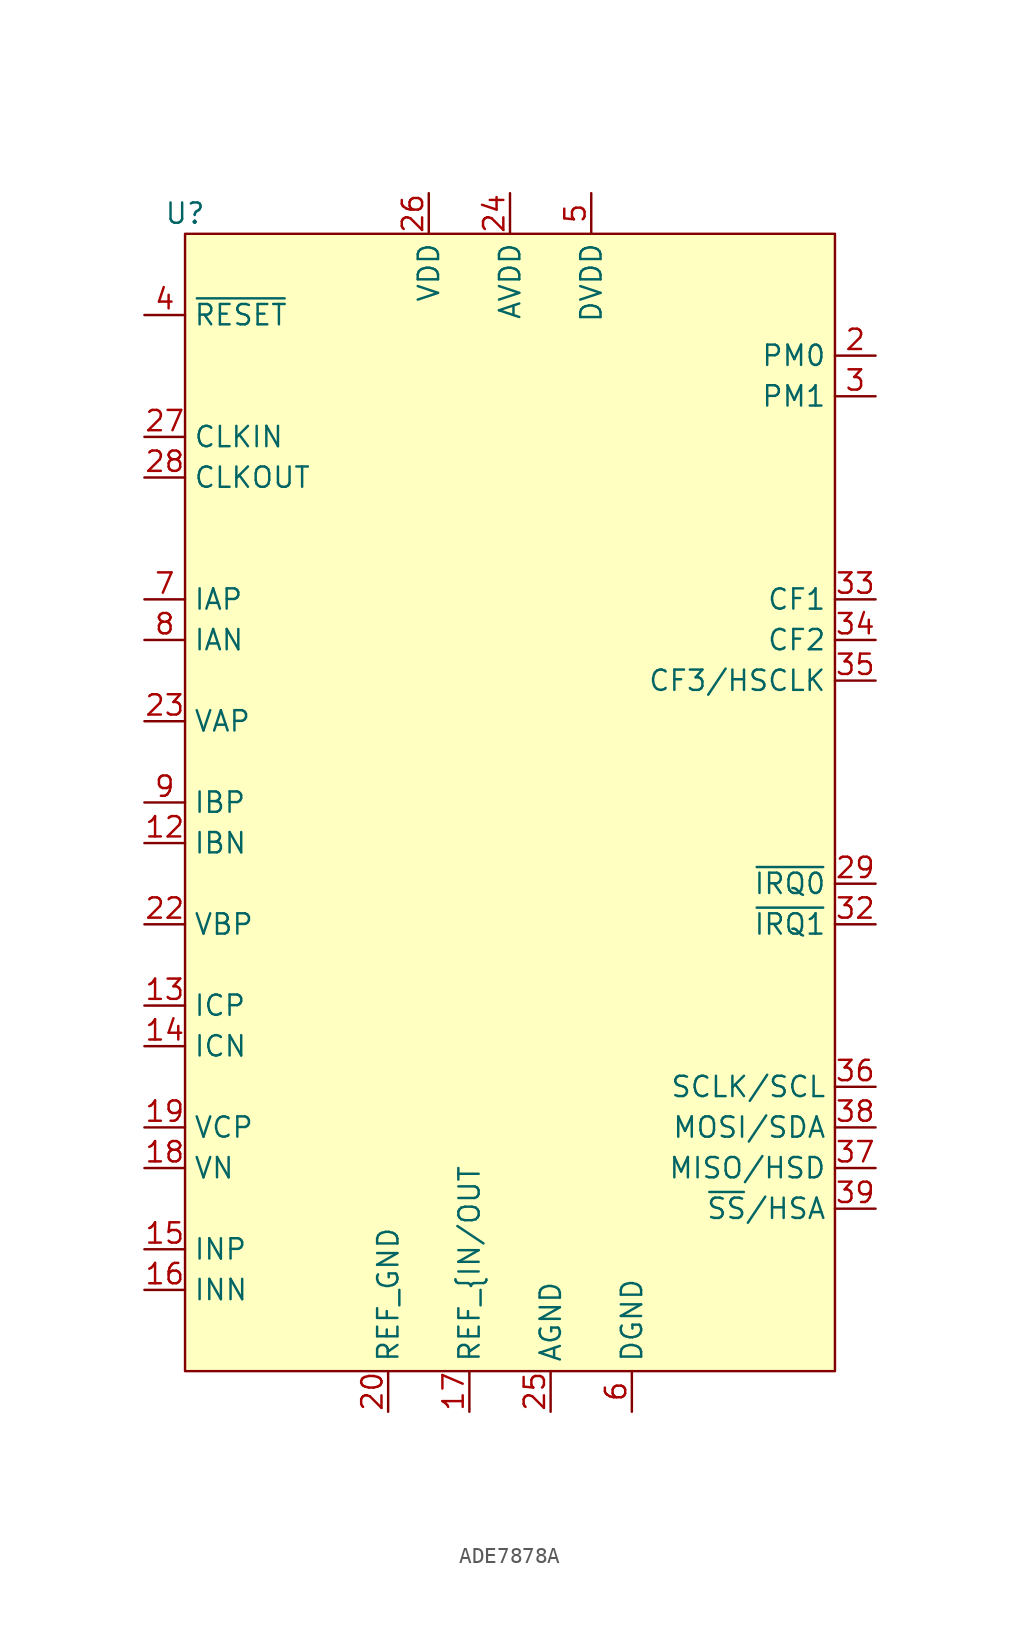
<source format=kicad_sym>
(kicad_symbol_lib
  (version 20220914)
  (generator kicad_symbol_editor)
  (symbol "ADE7878A"
    (property "Reference" "U"
      (at -20.32 39.37 0)
      (effects (font (size 1.27 1.27))))
    (property "Value" ""
      (at 0 11.43 0)
      (effects (font (size 1.27 1.27))))
    (symbol "ADE7878A_0_1"
      (rectangle (start -20.32 38.1) (end 20.32 -33.02) (stroke (width 0) (type default)) (fill (type background))))
    (symbol "ADE7878A_1_1"
      (pin input line (at 2.54 -35.56 90) (length 2.54) hide (name "NC" (effects (font (size 1.27 1.27)))) (number "1" (effects (font (size 1.27 1.27)))))
      (pin input line (at 2.54 -35.56 90) (length 2.54) hide (name "NC" (effects (font (size 1.27 1.27)))) (number "10" (effects (font (size 1.27 1.27)))))
      (pin input line (at 2.54 -35.56 90) (length 2.54) hide (name "NC" (effects (font (size 1.27 1.27)))) (number "11" (effects (font (size 1.27 1.27)))))
      (pin input line (at -22.86 0 0) (length 2.54) (name "IBN" (effects (font (size 1.27 1.27)))) (number "12" (effects (font (size 1.27 1.27)))))
      (pin input line (at -22.86 -10.16 0) (length 2.54) (name "ICP" (effects (font (size 1.27 1.27)))) (number "13" (effects (font (size 1.27 1.27)))))
      (pin input line (at -22.86 -12.7 0) (length 2.54) (name "ICN" (effects (font (size 1.27 1.27)))) (number "14" (effects (font (size 1.27 1.27)))))
      (pin input line (at -22.86 -25.4 0) (length 2.54) (name "INP" (effects (font (size 1.27 1.27)))) (number "15" (effects (font (size 1.27 1.27)))))
      (pin input line (at -22.86 -27.94 0) (length 2.54) (name "INN" (effects (font (size 1.27 1.27)))) (number "16" (effects (font (size 1.27 1.27)))))
      (pin input line (at -2.54 -35.56 90) (length 2.54) (name "REF_{IN/OUT" (effects (font (size 1.27 1.27)))) (number "17" (effects (font (size 1.27 1.27)))))
      (pin input line (at -22.86 -20.32 0) (length 2.54) (name "VN" (effects (font (size 1.27 1.27)))) (number "18" (effects (font (size 1.27 1.27)))))
      (pin input line (at -22.86 -17.78 0) (length 2.54) (name "VCP" (effects (font (size 1.27 1.27)))) (number "19" (effects (font (size 1.27 1.27)))))
      (pin input line (at 22.86 30.48 180) (length 2.54) (name "PM0" (effects (font (size 1.27 1.27)))) (number "2" (effects (font (size 1.27 1.27)))))
      (pin input line (at -7.62 -35.56 90) (length 2.54) (name "REF_GND" (effects (font (size 1.27 1.27)))) (number "20" (effects (font (size 1.27 1.27)))))
      (pin input line (at 2.54 -35.56 90) (length 2.54) hide (name "NC" (effects (font (size 1.27 1.27)))) (number "21" (effects (font (size 1.27 1.27)))))
      (pin input line (at -22.86 -5.08 0) (length 2.54) (name "VBP" (effects (font (size 1.27 1.27)))) (number "22" (effects (font (size 1.27 1.27)))))
      (pin input line (at -22.86 7.62 0) (length 2.54) (name "VAP" (effects (font (size 1.27 1.27)))) (number "23" (effects (font (size 1.27 1.27)))))
      (pin input line (at 0 40.64 270) (length 2.54) (name "AVDD" (effects (font (size 1.27 1.27)))) (number "24" (effects (font (size 1.27 1.27)))))
      (pin input line (at 2.54 -35.56 90) (length 2.54) (name "AGND" (effects (font (size 1.27 1.27)))) (number "25" (effects (font (size 1.27 1.27)))))
      (pin input line (at -5.08 40.64 270) (length 2.54) (name "VDD" (effects (font (size 1.27 1.27)))) (number "26" (effects (font (size 1.27 1.27)))))
      (pin input line (at -22.86 25.4 0) (length 2.54) (name "CLKIN" (effects (font (size 1.27 1.27)))) (number "27" (effects (font (size 1.27 1.27)))))
      (pin input line (at -22.86 22.86 0) (length 2.54) (name "CLKOUT" (effects (font (size 1.27 1.27)))) (number "28" (effects (font (size 1.27 1.27)))))
      (pin input line (at 22.86 -2.54 180) (length 2.54) (name "~{IRQ0}" (effects (font (size 1.27 1.27)))) (number "29" (effects (font (size 1.27 1.27)))))
      (pin input line (at 22.86 27.94 180) (length 2.54) (name "PM1" (effects (font (size 1.27 1.27)))) (number "3" (effects (font (size 1.27 1.27)))))
      (pin input line (at 2.54 -35.56 90) (length 2.54) hide (name "NC" (effects (font (size 1.27 1.27)))) (number "30" (effects (font (size 1.27 1.27)))))
      (pin input line (at 2.54 -35.56 90) (length 2.54) hide (name "NC" (effects (font (size 1.27 1.27)))) (number "31" (effects (font (size 1.27 1.27)))))
      (pin input line (at 22.86 -5.08 180) (length 2.54) (name "~{IRQ1}" (effects (font (size 1.27 1.27)))) (number "32" (effects (font (size 1.27 1.27)))))
      (pin input line (at 22.86 15.24 180) (length 2.54) (name "CF1" (effects (font (size 1.27 1.27)))) (number "33" (effects (font (size 1.27 1.27)))))
      (pin input line (at 22.86 12.7 180) (length 2.54) (name "CF2" (effects (font (size 1.27 1.27)))) (number "34" (effects (font (size 1.27 1.27)))))
      (pin input line (at 22.86 10.16 180) (length 2.54) (name "CF3/HSCLK" (effects (font (size 1.27 1.27)))) (number "35" (effects (font (size 1.27 1.27)))))
      (pin input line (at 22.86 -15.24 180) (length 2.54) (name "SCLK/SCL" (effects (font (size 1.27 1.27)))) (number "36" (effects (font (size 1.27 1.27)))))
      (pin input line (at 22.86 -20.32 180) (length 2.54) (name "MISO/HSD" (effects (font (size 1.27 1.27)))) (number "37" (effects (font (size 1.27 1.27)))))
      (pin input line (at 22.86 -17.78 180) (length 2.54) (name "MOSI/SDA" (effects (font (size 1.27 1.27)))) (number "38" (effects (font (size 1.27 1.27)))))
      (pin input line (at 22.86 -22.86 180) (length 2.54) (name "~{SS}/HSA" (effects (font (size 1.27 1.27)))) (number "39" (effects (font (size 1.27 1.27)))))
      (pin input line (at -22.86 33.02 0) (length 2.54) (name "~{RESET}" (effects (font (size 1.27 1.27)))) (number "4" (effects (font (size 1.27 1.27)))))
      (pin input line (at 2.54 -35.56 90) (length 2.54) hide (name "NC" (effects (font (size 1.27 1.27)))) (number "40" (effects (font (size 1.27 1.27)))))
      (pin input line (at 2.54 -35.56 90) (length 2.54) hide (name "GND" (effects (font (size 1.27 1.27)))) (number "41" (effects (font (size 1.27 1.27)))))
      (pin input line (at 7.62 -35.56 90) (length 2.54) hide (name "GND" (effects (font (size 1.27 1.27)))) (number "41" (effects (font (size 1.27 1.27)))))
      (pin input line (at 5.08 40.64 270) (length 2.54) (name "DVDD" (effects (font (size 1.27 1.27)))) (number "5" (effects (font (size 1.27 1.27)))))
      (pin input line (at 7.62 -35.56 90) (length 2.54) (name "DGND" (effects (font (size 1.27 1.27)))) (number "6" (effects (font (size 1.27 1.27)))))
      (pin input line (at -22.86 15.24 0) (length 2.54) (name "IAP" (effects (font (size 1.27 1.27)))) (number "7" (effects (font (size 1.27 1.27)))))
      (pin input line (at -22.86 12.7 0) (length 2.54) (name "IAN" (effects (font (size 1.27 1.27)))) (number "8" (effects (font (size 1.27 1.27)))))
      (pin input line (at -22.86 2.54 0) (length 2.54) (name "IBP" (effects (font (size 1.27 1.27)))) (number "9" (effects (font (size 1.27 1.27))))))))
</source>
